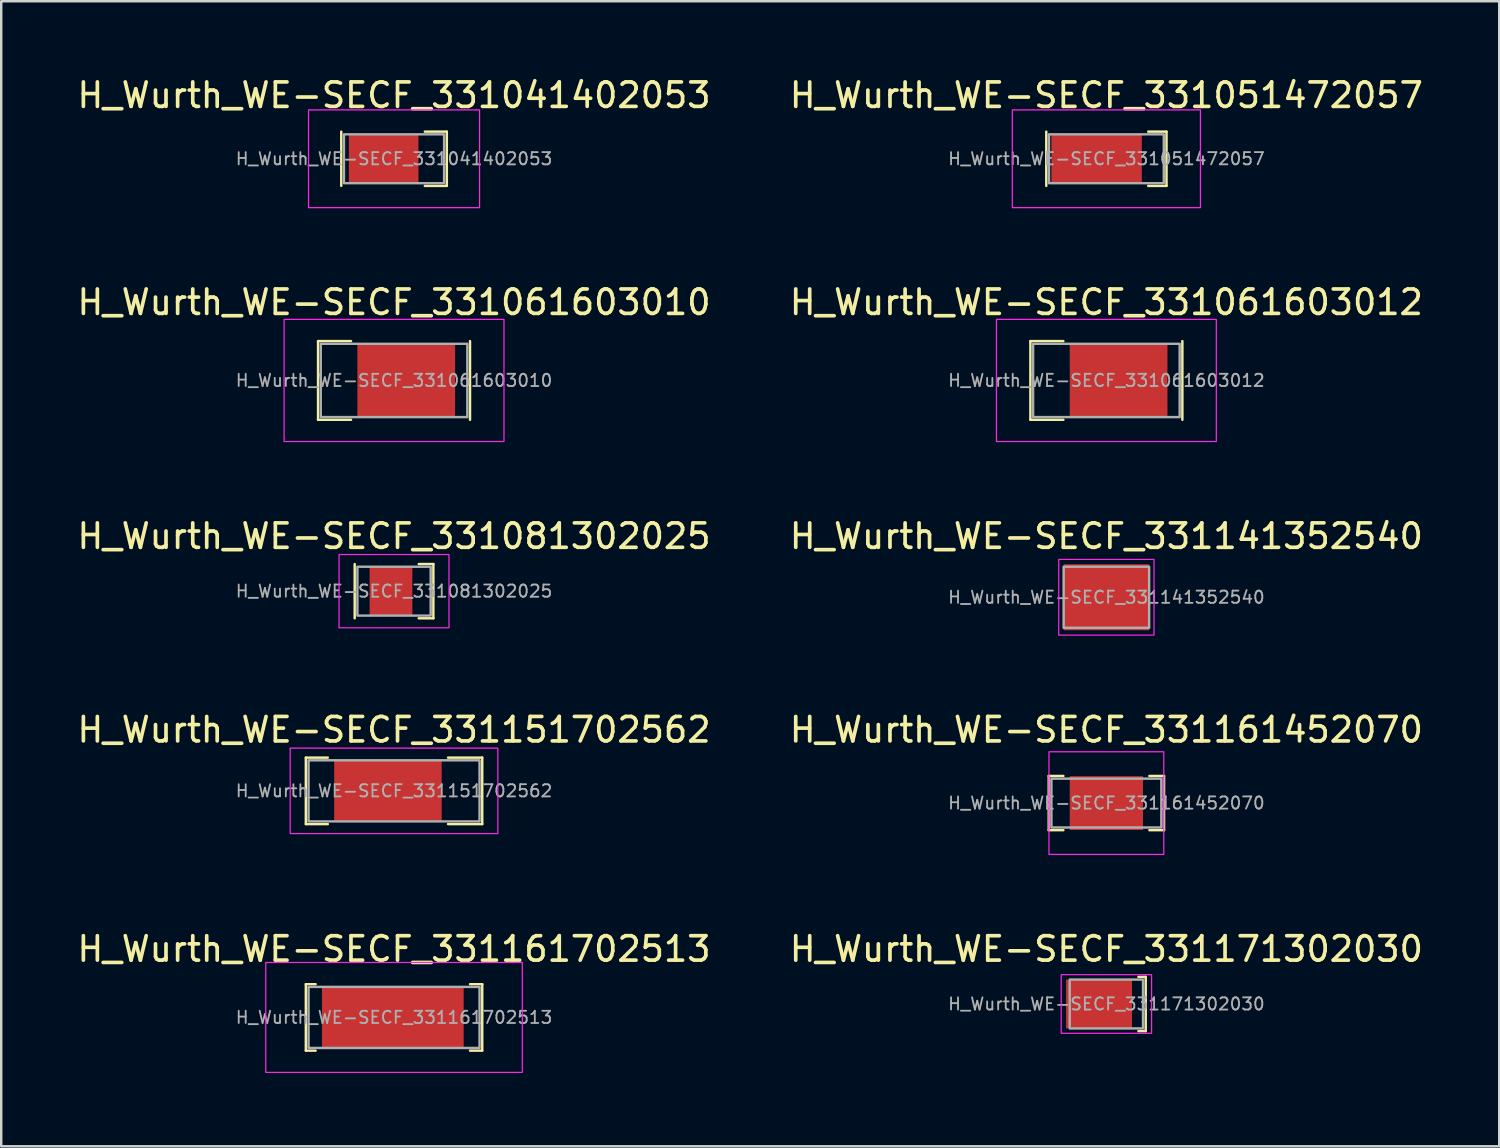
<source format=kicad_pcb>
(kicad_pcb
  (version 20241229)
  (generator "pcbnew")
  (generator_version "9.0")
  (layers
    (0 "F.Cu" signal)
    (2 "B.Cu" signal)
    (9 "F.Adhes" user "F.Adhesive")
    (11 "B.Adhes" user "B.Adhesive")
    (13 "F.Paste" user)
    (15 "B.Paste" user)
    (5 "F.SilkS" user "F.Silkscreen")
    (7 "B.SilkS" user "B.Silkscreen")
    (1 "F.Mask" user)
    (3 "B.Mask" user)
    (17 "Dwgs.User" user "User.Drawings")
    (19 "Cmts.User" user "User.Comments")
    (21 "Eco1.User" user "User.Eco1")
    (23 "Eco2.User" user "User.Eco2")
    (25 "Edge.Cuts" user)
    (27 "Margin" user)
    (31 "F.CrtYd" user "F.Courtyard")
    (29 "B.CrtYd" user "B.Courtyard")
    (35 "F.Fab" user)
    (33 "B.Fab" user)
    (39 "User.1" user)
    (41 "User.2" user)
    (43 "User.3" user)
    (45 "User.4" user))
  (footprint "H_Wurth_WE-SECF_331081302025"
    (layer "F.Cu")
    (at 13.077 21.145)
    (property "Reference" "H_Wurth_WE-SECF_331081302025" (at 0 -2.25 0) (unlocked yes) (layer "F.SilkS") (effects (font (size 1 1) (thickness 0.15))))
    (attr smd)
    (fp_line (start -1.61 1.11) (end -1.61 -1.11) (stroke (width 0.1) (type default)) (layer "F.SilkS"))
    (fp_line (start 1.01 -1.11) (end 1.61 -1.11) (stroke (width 0.1) (type default)) (layer "F.SilkS"))
    (fp_line (start 1.61 -1.11) (end 1.61 1.11) (stroke (width 0.1) (type default)) (layer "F.SilkS"))
    (fp_line (start 1.61 1.11) (end 1.01 1.11) (stroke (width 0.1) (type default)) (layer "F.SilkS"))
    (fp_rect (start -2.25 -1.5) (end 2.25 1.5) (stroke (width 0.05) (type solid)) (fill no) (layer "F.CrtYd"))
    (fp_rect (start -1.5 -1) (end 1.5 1) (stroke (width 0.1) (type solid)) (fill no) (layer "F.Fab"))
    (fp_text user "${REFERENCE}" (at 0 0 0) (unlocked yes) (layer "F.Fab") (effects (font (size 0.5 0.5) (thickness 0.075))))
    (pad "1" smd rect (at -0.125 0) (size 1.75 2) (layers "F.Cu" "F.Mask" "F.Paste")))
  (footprint "H_Wurth_WE-SECF_331061603010"
    (layer "F.Cu")
    (at 13.077 12.521)
    (property "Reference" "H_Wurth_WE-SECF_331061603010" (at 0 -3.2 0) (unlocked yes) (layer "F.SilkS") (effects (font (size 1 1) (thickness 0.15))))
    (attr smd)
    (fp_line (start -3.11 -1.61) (end -1.76 -1.61) (stroke (width 0.1) (type default)) (layer "F.SilkS"))
    (fp_line (start -3.11 1.61) (end -3.11 -1.61) (stroke (width 0.1) (type default)) (layer "F.SilkS"))
    (fp_line (start -1.76 1.61) (end -3.11 1.61) (stroke (width 0.1) (type default)) (layer "F.SilkS"))
    (fp_line (start 3.11 -1.61) (end 3.11 1.61) (stroke (width 0.1) (type default)) (layer "F.SilkS"))
    (fp_rect (start -4.5 -2.5) (end 4.5 2.5) (stroke (width 0.05) (type solid)) (fill no) (layer "F.CrtYd"))
    (fp_rect (start -3 -1.5) (end 3 1.5) (stroke (width 0.1) (type solid)) (fill no) (layer "F.Fab"))
    (fp_text user "${REFERENCE}" (at 0 0 0) (unlocked yes) (layer "F.Fab") (effects (font (size 0.5 0.5) (thickness 0.075))))
    (pad "1" smd rect (at 0.5 0) (size 4 3) (layers "F.Cu" "F.Mask" "F.Paste")))
  (footprint "H_Wurth_WE-SECF_331141352540"
    (layer "F.Cu")
    (at 42.232 21.395)
    (property "Reference" "H_Wurth_WE-SECF_331141352540" (at 0 -2.5 0) (unlocked yes) (layer "F.SilkS") (effects (font (size 1 1) (thickness 0.15))))
    (attr smd)
    (fp_rect (start -1.95 -1.55) (end 1.95 1.55) (stroke (width 0.05) (type solid)) (fill no) (layer "F.CrtYd"))
    (fp_rect (start -1.75 -1.25) (end 1.75 1.25) (stroke (width 0.1) (type solid)) (fill no) (layer "F.Fab"))
    (fp_text user "${REFERENCE}" (at 0 0 0) (unlocked yes) (layer "F.Fab") (effects (font (size 0.5 0.5) (thickness 0.075))))
    (pad "1" smd rect (at 0 0) (size 3.5 2.7) (layers "F.Cu" "F.Mask" "F.Paste")))
  (footprint "H_Wurth_WE-SECF_331171302030"
    (layer "F.Cu")
    (at 42.232 38.041)
    (property "Reference" "H_Wurth_WE-SECF_331171302030" (at 0 -2.25 0) (unlocked yes) (layer "F.SilkS") (effects (font (size 1 1) (thickness 0.15))))
    (attr smd)
    (fp_line (start 1.31 -1.11) (end 1.61 -1.11) (stroke (width 0.1) (type default)) (layer "F.SilkS"))
    (fp_line (start 1.61 -1.11) (end 1.61 1.11) (stroke (width 0.1) (type default)) (layer "F.SilkS"))
    (fp_line (start 1.61 1.11) (end 1.31 1.11) (stroke (width 0.1) (type default)) (layer "F.SilkS"))
    (fp_rect (start -1.85 -1.2) (end 1.85 1.2) (stroke (width 0.05) (type solid)) (fill no) (layer "F.CrtYd"))
    (fp_rect (start -1.5 -1) (end 1.5 1) (stroke (width 0.1) (type solid)) (fill no) (layer "F.Fab"))
    (fp_text user "${REFERENCE}" (at 0 0 0) (unlocked yes) (layer "F.Fab") (effects (font (size 0.5 0.5) (thickness 0.075))))
    (pad "1" smd rect (at -0.3 0) (size 2.7 2) (layers "F.Cu" "F.Mask" "F.Paste")))
  (footprint "H_Wurth_WE-SECF_331161702513"
    (layer "F.Cu")
    (at 13.077 38.591)
    (property "Reference" "H_Wurth_WE-SECF_331161702513" (at 0 -2.8 0) (unlocked yes) (layer "F.SilkS") (effects (font (size 1 1) (thickness 0.15))))
    (attr smd)
    (fp_line (start -3.61 -1.36) (end -3.21 -1.36) (stroke (width 0.1) (type default)) (layer "F.SilkS"))
    (fp_line (start -3.61 1.36) (end -3.61 -1.36) (stroke (width 0.1) (type default)) (layer "F.SilkS"))
    (fp_line (start -3.61 1.36) (end -3.21 1.36) (stroke (width 0.1) (type default)) (layer "F.SilkS"))
    (fp_line (start 3.11 -1.36) (end 3.61 -1.36) (stroke (width 0.1) (type default)) (layer "F.SilkS"))
    (fp_line (start 3.61 -1.36) (end 3.61 1.36) (stroke (width 0.1) (type default)) (layer "F.SilkS"))
    (fp_line (start 3.61 1.36) (end 3.11 1.36) (stroke (width 0.1) (type default)) (layer "F.SilkS"))
    (fp_rect (start -5.25 -2.25) (end 5.25 2.25) (stroke (width 0.05) (type solid)) (fill no) (layer "F.CrtYd"))
    (fp_rect (start -3.5 -1.25) (end 3.5 1.25) (stroke (width 0.1) (type solid)) (fill no) (layer "F.Fab"))
    (fp_text user "${REFERENCE}" (at 0 0 0) (unlocked yes) (layer "F.Fab") (effects (font (size 0.5 0.5) (thickness 0.075))))
    (pad "1" smd rect (at -0.05 0) (size 5.8 2.5) (layers "F.Cu" "F.Mask" "F.Paste")))
  (footprint "H_Wurth_WE-SECF_331061603012"
    (layer "F.Cu")
    (at 42.232 12.521)
    (property "Reference" "H_Wurth_WE-SECF_331061603012" (at 0 -3.2 0) (unlocked yes) (layer "F.SilkS") (effects (font (size 1 1) (thickness 0.15))))
    (attr smd)
    (fp_line (start -3.11 -1.61) (end -1.76 -1.61) (stroke (width 0.1) (type default)) (layer "F.SilkS"))
    (fp_line (start -3.11 1.61) (end -3.11 -1.61) (stroke (width 0.1) (type default)) (layer "F.SilkS"))
    (fp_line (start -1.76 1.61) (end -3.11 1.61) (stroke (width 0.1) (type default)) (layer "F.SilkS"))
    (fp_line (start 3.11 -1.61) (end 3.11 1.61) (stroke (width 0.1) (type default)) (layer "F.SilkS"))
    (fp_rect (start -4.5 -2.5) (end 4.5 2.5) (stroke (width 0.05) (type solid)) (fill no) (layer "F.CrtYd"))
    (fp_rect (start -3 -1.5) (end 3 1.5) (stroke (width 0.1) (type solid)) (fill no) (layer "F.Fab"))
    (fp_text user "${REFERENCE}" (at 0 0 0) (unlocked yes) (layer "F.Fab") (effects (font (size 0.5 0.5) (thickness 0.075))))
    (pad "1" smd rect (at 0.5 0) (size 4 3) (layers "F.Cu" "F.Mask" "F.Paste")))
  (footprint "H_Wurth_WE-SECF_331151702562"
    (layer "F.Cu")
    (at 13.077 29.318)
    (property "Reference" "H_Wurth_WE-SECF_331151702562" (at 0 -2.5 0) (unlocked yes) (layer "F.SilkS") (effects (font (size 1 1) (thickness 0.15))))
    (attr smd)
    (fp_line (start -3.61 -1.36) (end -2.71 -1.36) (stroke (width 0.1) (type default)) (layer "F.SilkS"))
    (fp_line (start -3.61 1.36) (end -3.61 -1.36) (stroke (width 0.1) (type default)) (layer "F.SilkS"))
    (fp_line (start -3.61 1.36) (end -2.71 1.36) (stroke (width 0.1) (type default)) (layer "F.SilkS"))
    (fp_line (start 2.21 -1.36) (end 3.61 -1.36) (stroke (width 0.1) (type default)) (layer "F.SilkS"))
    (fp_line (start 3.61 -1.36) (end 3.61 1.36) (stroke (width 0.1) (type default)) (layer "F.SilkS"))
    (fp_line (start 3.61 1.36) (end 2.21 1.36) (stroke (width 0.1) (type default)) (layer "F.SilkS"))
    (fp_rect (start -4.25 -1.75) (end 4.25 1.75) (stroke (width 0.05) (type solid)) (fill no) (layer "F.CrtYd"))
    (fp_rect (start -3.5 -1.25) (end 3.5 1.25) (stroke (width 0.1) (type solid)) (fill no) (layer "F.Fab"))
    (fp_text user "${REFERENCE}" (at 0 0 0) (unlocked yes) (layer "F.Fab") (effects (font (size 0.5 0.5) (thickness 0.075))))
    (pad "1" smd rect (at -0.25 0) (size 4.4 2.5) (layers "F.Cu" "F.Mask" "F.Paste")))
  (footprint "H_Wurth_WE-SECF_331161452070"
    (layer "F.Cu")
    (at 42.232 29.818)
    (property "Reference" "H_Wurth_WE-SECF_331161452070" (at 0 -3 0) (unlocked yes) (layer "F.SilkS") (effects (font (size 1 1) (thickness 0.15))))
    (attr smd)
    (fp_line (start -2.36 -1.11) (end -1.76 -1.11) (stroke (width 0.1) (type default)) (layer "F.SilkS"))
    (fp_line (start -2.36 1.11) (end -2.36 -1.11) (stroke (width 0.1) (type default)) (layer "F.SilkS"))
    (fp_line (start -1.76 1.11) (end -2.36 1.11) (stroke (width 0.1) (type default)) (layer "F.SilkS"))
    (fp_line (start 2.36 -1.11) (end 1.76 -1.11) (stroke (width 0.1) (type default)) (layer "F.SilkS"))
    (fp_line (start 2.36 -1.11) (end 2.36 1.11) (stroke (width 0.1) (type default)) (layer "F.SilkS"))
    (fp_line (start 2.36 1.11) (end 1.76 1.11) (stroke (width 0.1) (type default)) (layer "F.SilkS"))
    (fp_rect (start -2.35 -2.1) (end 2.35 2.1) (stroke (width 0.05) (type solid)) (fill no) (layer "F.CrtYd"))
    (fp_rect (start -2.25 -1) (end 2.25 1) (stroke (width 0.1) (type solid)) (fill no) (layer "F.Fab"))
    (fp_text user "${REFERENCE}" (at 0 0 0) (unlocked yes) (layer "F.Fab") (effects (font (size 0.5 0.5) (thickness 0.075))))
    (pad "1" smd rect (at 0 0) (size 3 2.2) (layers "F.Cu" "F.Mask" "F.Paste")))
  (footprint "H_Wurth_WE-SECF_331051472057"
    (layer "F.Cu")
    (at 42.232 3.448)
    (property "Reference" "H_Wurth_WE-SECF_331051472057" (at 0 -2.6 0) (unlocked yes) (layer "F.SilkS") (effects (font (size 1 1) (thickness 0.15))))
    (attr smd)
    (fp_line (start -2.46 1.11) (end -2.46 -1.11) (stroke (width 0.1) (type default)) (layer "F.SilkS"))
    (fp_line (start 1.71 -1.11) (end 2.46 -1.11) (stroke (width 0.1) (type default)) (layer "F.SilkS"))
    (fp_line (start 2.46 -1.11) (end 2.46 1.11) (stroke (width 0.1) (type default)) (layer "F.SilkS"))
    (fp_line (start 2.46 1.11) (end 1.71 1.11) (stroke (width 0.1) (type default)) (layer "F.SilkS"))
    (fp_rect (start -3.85 -2) (end 3.85 2) (stroke (width 0.05) (type solid)) (fill no) (layer "F.CrtYd"))
    (fp_rect (start -2.35 -1) (end 2.35 1) (stroke (width 0.1) (type solid)) (fill no) (layer "F.Fab"))
    (fp_text user "${REFERENCE}" (at 0 0 0) (unlocked yes) (layer "F.Fab") (effects (font (size 0.5 0.5) (thickness 0.075))))
    (pad "1" smd rect (at -0.4 0) (size 3.7 2) (layers "F.Cu" "F.Mask" "F.Paste")))
  (footprint "H_Wurth_WE-SECF_331041402053"
    (layer "F.Cu")
    (at 13.077 3.448)
    (property "Reference" "H_Wurth_WE-SECF_331041402053" (at 0 -2.6 0) (unlocked yes) (layer "F.SilkS") (effects (font (size 1 1) (thickness 0.15))))
    (attr smd)
    (fp_line (start -2.16 1.11) (end -2.16 -1.11) (stroke (width 0.1) (type default)) (layer "F.SilkS"))
    (fp_line (start 1.26 -1.11) (end 2.16 -1.11) (stroke (width 0.1) (type default)) (layer "F.SilkS"))
    (fp_line (start 2.16 -1.11) (end 2.16 1.11) (stroke (width 0.1) (type default)) (layer "F.SilkS"))
    (fp_line (start 2.16 1.11) (end 1.26 1.11) (stroke (width 0.1) (type default)) (layer "F.SilkS"))
    (fp_rect (start -3.5 -2) (end 3.5 2) (stroke (width 0.05) (type solid)) (fill no) (layer "F.CrtYd"))
    (fp_rect (start -2.05 -1) (end 2.05 1) (stroke (width 0.1) (type solid)) (fill no) (layer "F.Fab"))
    (fp_text user "${REFERENCE}" (at 0 0 0) (unlocked yes) (layer "F.Fab") (effects (font (size 0.5 0.5) (thickness 0.075))))
    (pad "1" smd rect (at -0.425 0) (size 2.85 2) (layers "F.Cu" "F.Mask" "F.Paste")))
  (gr_rect
    (start -3 -3)
    (end 58.31 43.866)
    (stroke (width 0.1) (type default))
    (fill no)
    (layer "Edge.Cuts")))
</source>
